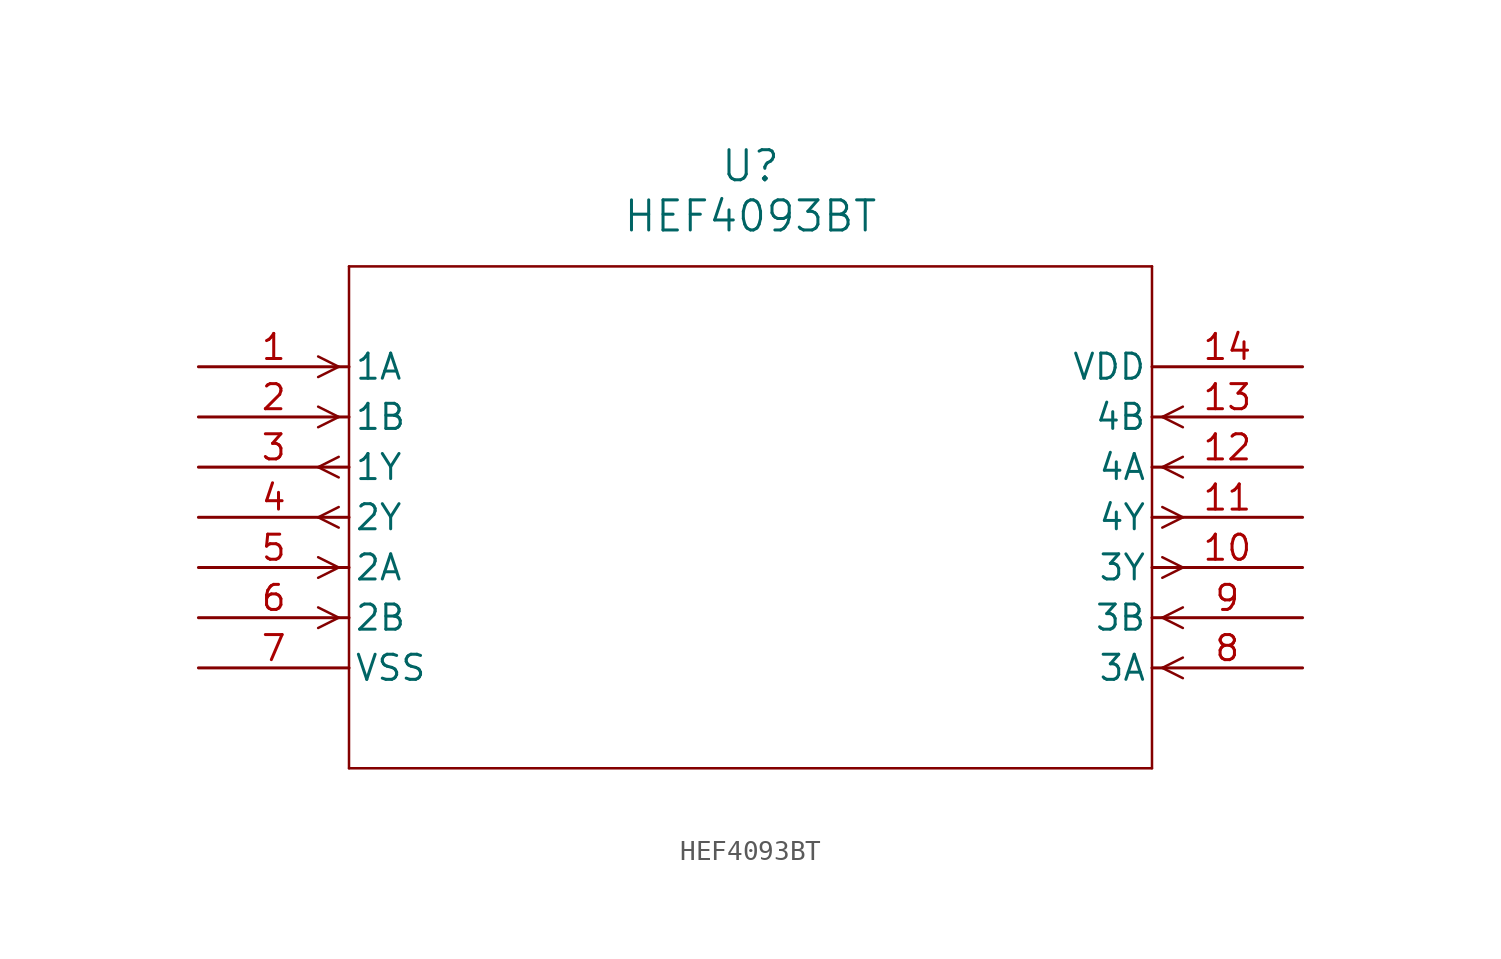
<source format=kicad_sym>
(kicad_symbol_lib
  (version 20211014)
  (generator kicad_symbol_editor)
  (symbol "HEF4093BT"
    (pin_names
      (offset 0.254))
    (property "Reference" "U"
      (at 27.94 10.16 0)
      (effects (font (size 1.524 1.524))))
    (property "Value" "HEF4093BT"
      (at 27.94 7.62 0)
      (effects (font (size 1.524 1.524))))
    (symbol "HEF4093BT_0_1"
      (polyline (pts (xy 7.099 0) (xy 6.058 0.521)) (stroke (width 0.127) (type default) (color 0 0 0 0)) (fill (type none)))
      (polyline (pts (xy 7.099 0) (xy 6.058 -0.521)) (stroke (width 0.127) (type default) (color 0 0 0 0)) (fill (type none)))
      (polyline (pts (xy 7.099 -2.54) (xy 6.058 -2.019)) (stroke (width 0.127) (type default) (color 0 0 0 0)) (fill (type none)))
      (polyline (pts (xy 7.099 -2.54) (xy 6.058 -3.061)) (stroke (width 0.127) (type default) (color 0 0 0 0)) (fill (type none)))
      (polyline (pts (xy 7.099 -4.559) (xy 6.058 -5.08)) (stroke (width 0.127) (type default) (color 0 0 0 0)) (fill (type none)))
      (polyline (pts (xy 7.099 -5.601) (xy 6.058 -5.08)) (stroke (width 0.127) (type default) (color 0 0 0 0)) (fill (type none)))
      (polyline (pts (xy 7.099 -7.099) (xy 6.058 -7.62)) (stroke (width 0.127) (type default) (color 0 0 0 0)) (fill (type none)))
      (polyline (pts (xy 7.099 -8.141) (xy 6.058 -7.62)) (stroke (width 0.127) (type default) (color 0 0 0 0)) (fill (type none)))
      (polyline (pts (xy 7.099 -10.16) (xy 6.058 -9.639)) (stroke (width 0.127) (type default) (color 0 0 0 0)) (fill (type none)))
      (polyline (pts (xy 7.099 -10.16) (xy 6.058 -10.681)) (stroke (width 0.127) (type default) (color 0 0 0 0)) (fill (type none)))
      (polyline (pts (xy 7.099 -12.7) (xy 6.058 -12.179)) (stroke (width 0.127) (type default) (color 0 0 0 0)) (fill (type none)))
      (polyline (pts (xy 7.099 -12.7) (xy 6.058 -13.221)) (stroke (width 0.127) (type default) (color 0 0 0 0)) (fill (type none)))
      (polyline (pts (xy 48.781 -15.24) (xy 49.822 -14.719)) (stroke (width 0.127) (type default) (color 0 0 0 0)) (fill (type none)))
      (polyline (pts (xy 48.781 -15.24) (xy 49.822 -15.761)) (stroke (width 0.127) (type default) (color 0 0 0 0)) (fill (type none)))
      (polyline (pts (xy 48.781 -12.7) (xy 49.822 -12.179)) (stroke (width 0.127) (type default) (color 0 0 0 0)) (fill (type none)))
      (polyline (pts (xy 48.781 -12.7) (xy 49.822 -13.221)) (stroke (width 0.127) (type default) (color 0 0 0 0)) (fill (type none)))
      (polyline (pts (xy 48.781 -9.639) (xy 49.822 -10.16)) (stroke (width 0.127) (type default) (color 0 0 0 0)) (fill (type none)))
      (polyline (pts (xy 48.781 -10.681) (xy 49.822 -10.16)) (stroke (width 0.127) (type default) (color 0 0 0 0)) (fill (type none)))
      (polyline (pts (xy 48.781 -7.099) (xy 49.822 -7.62)) (stroke (width 0.127) (type default) (color 0 0 0 0)) (fill (type none)))
      (polyline (pts (xy 48.781 -8.141) (xy 49.822 -7.62)) (stroke (width 0.127) (type default) (color 0 0 0 0)) (fill (type none)))
      (polyline (pts (xy 48.781 -5.08) (xy 49.822 -4.559)) (stroke (width 0.127) (type default) (color 0 0 0 0)) (fill (type none)))
      (polyline (pts (xy 48.781 -5.08) (xy 49.822 -5.601)) (stroke (width 0.127) (type default) (color 0 0 0 0)) (fill (type none)))
      (polyline (pts (xy 48.781 -2.54) (xy 49.822 -2.019)) (stroke (width 0.127) (type default) (color 0 0 0 0)) (fill (type none)))
      (polyline (pts (xy 48.781 -2.54) (xy 49.822 -3.061)) (stroke (width 0.127) (type default) (color 0 0 0 0)) (fill (type none)))
      (polyline (pts (xy 7.62 5.08) (xy 7.62 -20.32)) (stroke (width 0.127) (type default) (color 0 0 0 0)) (fill (type none)))
      (polyline (pts (xy 7.62 -20.32) (xy 48.26 -20.32)) (stroke (width 0.127) (type default) (color 0 0 0 0)) (fill (type none)))
      (polyline (pts (xy 48.26 -20.32) (xy 48.26 5.08)) (stroke (width 0.127) (type default) (color 0 0 0 0)) (fill (type none)))
      (polyline (pts (xy 48.26 5.08) (xy 7.62 5.08)) (stroke (width 0.127) (type default) (color 0 0 0 0)) (fill (type none)))
      (pin input line (at 0 0 0) (length 7.62) (name "1A" (effects (font (size 1.27 1.27)))) (number "1" (effects (font (size 1.27 1.27)))))
      (pin input line (at 0 -2.54 0) (length 7.62) (name "1B" (effects (font (size 1.27 1.27)))) (number "2" (effects (font (size 1.27 1.27)))))
      (pin output line (at 0 -5.08 0) (length 7.62) (name "1Y" (effects (font (size 1.27 1.27)))) (number "3" (effects (font (size 1.27 1.27)))))
      (pin output line (at 0 -7.62 0) (length 7.62) (name "2Y" (effects (font (size 1.27 1.27)))) (number "4" (effects (font (size 1.27 1.27)))))
      (pin input line (at 0 -10.16 0) (length 7.62) (name "2A" (effects (font (size 1.27 1.27)))) (number "5" (effects (font (size 1.27 1.27)))))
      (pin input line (at 0 -12.7 0) (length 7.62) (name "2B" (effects (font (size 1.27 1.27)))) (number "6" (effects (font (size 1.27 1.27)))))
      (pin power_in line (at 0 -15.24 0) (length 7.62) (name "VSS" (effects (font (size 1.27 1.27)))) (number "7" (effects (font (size 1.27 1.27)))))
      (pin input line (at 55.88 -15.24 180) (length 7.62) (name "3A" (effects (font (size 1.27 1.27)))) (number "8" (effects (font (size 1.27 1.27)))))
      (pin input line (at 55.88 -12.7 180) (length 7.62) (name "3B" (effects (font (size 1.27 1.27)))) (number "9" (effects (font (size 1.27 1.27)))))
      (pin output line (at 55.88 -10.16 180) (length 7.62) (name "3Y" (effects (font (size 1.27 1.27)))) (number "10" (effects (font (size 1.27 1.27)))))
      (pin output line (at 55.88 -7.62 180) (length 7.62) (name "4Y" (effects (font (size 1.27 1.27)))) (number "11" (effects (font (size 1.27 1.27)))))
      (pin input line (at 55.88 -5.08 180) (length 7.62) (name "4A" (effects (font (size 1.27 1.27)))) (number "12" (effects (font (size 1.27 1.27)))))
      (pin input line (at 55.88 -2.54 180) (length 7.62) (name "4B" (effects (font (size 1.27 1.27)))) (number "13" (effects (font (size 1.27 1.27)))))
      (pin power_in line (at 55.88 0 180) (length 7.62) (name "VDD" (effects (font (size 1.27 1.27)))) (number "14" (effects (font (size 1.27 1.27))))))))
</source>
